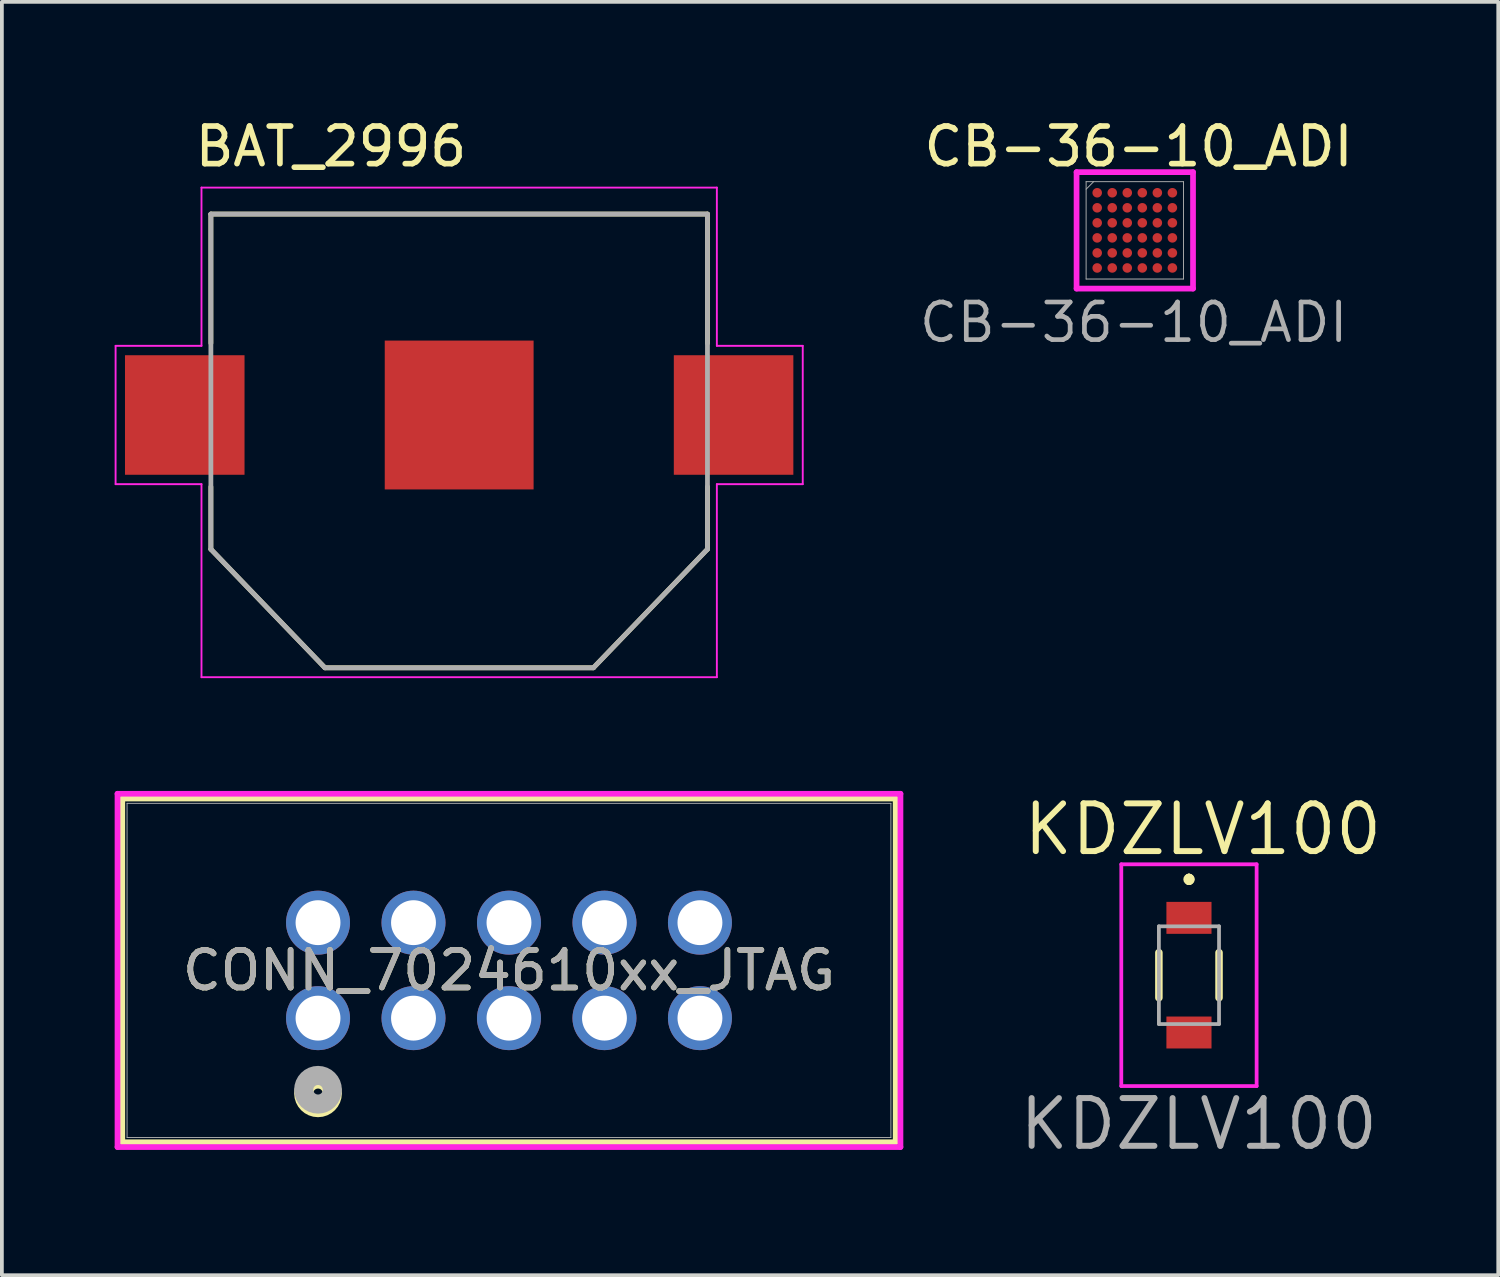
<source format=kicad_pcb>
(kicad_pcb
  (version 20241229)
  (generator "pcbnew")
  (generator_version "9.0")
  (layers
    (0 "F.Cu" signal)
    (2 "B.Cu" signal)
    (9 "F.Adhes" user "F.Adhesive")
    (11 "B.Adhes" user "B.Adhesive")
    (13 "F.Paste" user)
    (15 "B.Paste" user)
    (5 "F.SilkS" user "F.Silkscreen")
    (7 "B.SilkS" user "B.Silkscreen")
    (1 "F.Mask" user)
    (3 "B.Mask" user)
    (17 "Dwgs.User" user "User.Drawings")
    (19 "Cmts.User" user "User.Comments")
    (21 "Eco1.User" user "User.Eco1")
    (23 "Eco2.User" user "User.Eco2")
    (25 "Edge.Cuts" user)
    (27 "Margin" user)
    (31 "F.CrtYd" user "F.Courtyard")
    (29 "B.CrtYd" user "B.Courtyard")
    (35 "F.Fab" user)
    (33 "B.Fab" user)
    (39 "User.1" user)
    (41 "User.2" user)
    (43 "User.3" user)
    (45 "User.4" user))
  (footprint "KDZLV100"
    (layer "F.Cu")
    (at 28.579 22.892)
    (property "Reference" "KDZLV100" (at 0.37 -3.88 0) (layer "F.SilkS") (effects (font (size 1.27 1.27) (thickness 0.159))))
    (attr smd)
    (fp_line (start -0.8 -0.6) (end -0.8 0.6) (stroke (width 0.2) (type solid)) (layer "F.SilkS"))
    (fp_line (start 0 -2.6) (end 0 -2.6) (stroke (width 0.2) (type solid)) (layer "F.SilkS"))
    (fp_line (start 0 -2.5) (end 0 -2.5) (stroke (width 0.2) (type solid)) (layer "F.SilkS"))
    (fp_line (start 0 -2.5) (end 0 -2.5) (stroke (width 0.2) (type solid)) (layer "F.SilkS"))
    (fp_line (start 0.8 -0.6) (end 0.8 0.6) (stroke (width 0.2) (type solid)) (layer "F.SilkS"))
    (fp_arc (start 0 -2.6) (mid 0.05 -2.55) (end 0 -2.5) (stroke (width 0.2) (type solid)) (layer "F.SilkS"))
    (fp_arc (start 0 -2.6) (mid 0.05 -2.55) (end 0 -2.5) (stroke (width 0.2) (type solid)) (layer "F.SilkS"))
    (fp_arc (start 0 -2.5) (mid -0.05 -2.55) (end 0 -2.6) (stroke (width 0.2) (type solid)) (layer "F.SilkS"))
    (fp_line (start -1.8 -2.95) (end 1.8 -2.95) (stroke (width 0.1) (type solid)) (layer "F.CrtYd"))
    (fp_line (start -1.8 2.95) (end -1.8 -2.95) (stroke (width 0.1) (type solid)) (layer "F.CrtYd"))
    (fp_line (start 1.8 -2.95) (end 1.8 2.95) (stroke (width 0.1) (type solid)) (layer "F.CrtYd"))
    (fp_line (start 1.8 2.95) (end -1.8 2.95) (stroke (width 0.1) (type solid)) (layer "F.CrtYd"))
    (fp_line (start -0.8 -1.3) (end 0.8 -1.3) (stroke (width 0.1) (type solid)) (layer "F.Fab"))
    (fp_line (start -0.8 1.3) (end -0.8 -1.3) (stroke (width 0.1) (type solid)) (layer "F.Fab"))
    (fp_line (start 0.8 -1.3) (end 0.8 1.3) (stroke (width 0.1) (type solid)) (layer "F.Fab"))
    (fp_line (start 0.8 1.3) (end -0.8 1.3) (stroke (width 0.1) (type solid)) (layer "F.Fab"))
    (fp_text user "${REFERENCE}" (at 0.26 3.96 0) (layer "F.Fab") (effects (font (size 1.27 1.27) (thickness 0.159))))
    (pad "1" smd rect (at 0 -1.525 90) (size 0.85 1.2) (layers "F.Cu" "F.Mask" "F.Paste"))
    (pad "2" smd rect (at 0 1.525 90) (size 0.85 1.2) (layers "F.Cu" "F.Mask" "F.Paste")))
  (footprint "CONN_7024610xx_JTAG"
    (layer "F.Cu")
    (at 5.41 24.035)
    (property "Reference" "CONN_7024610xx_JTAG" (at 5.08 -1.27 0) (unlocked yes) (layer "F.SilkS") (effects (font (size 1 1) (thickness 0.15))))
    (attr through_hole)
    (fp_line (start -5.207 -5.842) (end -5.207 3.302) (stroke (width 0.152) (type solid)) (layer "F.SilkS"))
    (fp_line (start -5.207 3.302) (end 15.367 3.302) (stroke (width 0.152) (type solid)) (layer "F.SilkS"))
    (fp_line (start 15.367 -5.842) (end -5.207 -5.842) (stroke (width 0.152) (type solid)) (layer "F.SilkS"))
    (fp_line (start 15.367 3.302) (end 15.367 -5.842) (stroke (width 0.152) (type solid)) (layer "F.SilkS"))
    (fp_circle (center 0 2) (end 0.381 2) (stroke (width 0.508) (type solid)) (fill no) (layer "F.SilkS"))
    (fp_line (start -5.334 -5.969) (end -5.334 3.429) (stroke (width 0.152) (type solid)) (layer "F.CrtYd"))
    (fp_line (start -5.334 3.429) (end 15.494 3.429) (stroke (width 0.152) (type solid)) (layer "F.CrtYd"))
    (fp_line (start 15.494 -5.969) (end -5.334 -5.969) (stroke (width 0.152) (type solid)) (layer "F.CrtYd"))
    (fp_line (start 15.494 3.429) (end 15.494 -5.969) (stroke (width 0.152) (type solid)) (layer "F.CrtYd"))
    (fp_line (start -5.08 -5.715) (end -5.08 3.175) (stroke (width 0.025) (type solid)) (layer "F.Fab"))
    (fp_line (start -5.08 3.175) (end 15.24 3.175) (stroke (width 0.025) (type solid)) (layer "F.Fab"))
    (fp_line (start 15.24 -5.715) (end -5.08 -5.715) (stroke (width 0.025) (type solid)) (layer "F.Fab"))
    (fp_line (start 15.24 3.175) (end 15.24 -5.715) (stroke (width 0.025) (type solid)) (layer "F.Fab"))
    (fp_circle (center 0 1.905) (end 0.381 1.905) (stroke (width 0.508) (type solid)) (fill no) (layer "F.Fab"))
    (fp_text user "${REFERENCE}" (at 5.08 -1.27 0) (unlocked yes) (layer "F.Fab") (effects (font (size 1 1) (thickness 0.15))))
    (pad "1" thru_hole circle (at 0 0) (size 1.702 1.702) (drill 1.194) (layers "*.Cu" "*.Mask"))
    (pad "2" thru_hole circle (at 0 -2.54) (size 1.702 1.702) (drill 1.194) (layers "*.Cu" "*.Mask"))
    (pad "3" thru_hole circle (at 2.54 0) (size 1.702 1.702) (drill 1.194) (layers "*.Cu" "*.Mask"))
    (pad "4" thru_hole circle (at 2.54 -2.54) (size 1.702 1.702) (drill 1.194) (layers "*.Cu" "*.Mask"))
    (pad "5" thru_hole circle (at 5.08 0) (size 1.702 1.702) (drill 1.194) (layers "*.Cu" "*.Mask"))
    (pad "6" thru_hole circle (at 5.08 -2.54) (size 1.702 1.702) (drill 1.194) (layers "*.Cu" "*.Mask"))
    (pad "7" thru_hole circle (at 7.62 0) (size 1.702 1.702) (drill 1.194) (layers "*.Cu" "*.Mask"))
    (pad "8" thru_hole circle (at 7.62 -2.54) (size 1.702 1.702) (drill 1.194) (layers "*.Cu" "*.Mask"))
    (pad "9" thru_hole circle (at 10.16 0) (size 1.702 1.702) (drill 1.194) (layers "*.Cu" "*.Mask"))
    (pad "10" thru_hole circle (at 10.16 -2.54) (size 1.702 1.702) (drill 1.194) (layers "*.Cu" "*.Mask")))
  (footprint "CB-36-10_ADI"
    (layer "F.Cu")
    (at 27.138 3.078)
    (property "Reference" "CB-36-10_ADI" (at 0.1 -2.23 0) (unlocked yes) (layer "F.SilkS") (effects (font (size 1 1) (thickness 0.15))))
    (attr smd)
    (fp_line (start -1.549 -1.549) (end 1.549 -1.549) (stroke (width 0.152) (type solid)) (layer "F.CrtYd"))
    (fp_line (start -1.549 1.549) (end -1.549 -1.549) (stroke (width 0.152) (type solid)) (layer "F.CrtYd"))
    (fp_line (start 1.549 -1.549) (end 1.549 1.549) (stroke (width 0.152) (type solid)) (layer "F.CrtYd"))
    (fp_line (start 1.549 1.549) (end -1.549 1.549) (stroke (width 0.152) (type solid)) (layer "F.CrtYd"))
    (fp_line (start -1.295 -1.295) (end -1.295 1.295) (stroke (width 0.025) (type solid)) (layer "F.Fab"))
    (fp_line (start -1.295 1.295) (end 1.295 1.295) (stroke (width 0.025) (type solid)) (layer "F.Fab"))
    (fp_line (start -1.095 -1.295) (end -1.295 -1.095) (stroke (width 0.025) (type solid)) (layer "F.Fab"))
    (fp_line (start 1.295 -1.295) (end -1.295 -1.295) (stroke (width 0.025) (type solid)) (layer "F.Fab"))
    (fp_line (start 1.295 1.295) (end 1.295 -1.295) (stroke (width 0.025) (type solid)) (layer "F.Fab"))
    (fp_text user "${REFERENCE}" (at -0.03 2.45 0) (unlocked yes) (layer "F.Fab") (effects (font (size 1 1) (thickness 0.125))))
    (pad "A1" smd circle (at -1 -1) (size 0.254 0.254) (layers "F.Cu" "F.Mask" "F.Paste"))
    (pad "A2" smd circle (at -0.6 -1) (size 0.254 0.254) (layers "F.Cu" "F.Mask" "F.Paste"))
    (pad "A3" smd circle (at -0.2 -1) (size 0.254 0.254) (layers "F.Cu" "F.Mask" "F.Paste"))
    (pad "A4" smd circle (at 0.2 -1) (size 0.254 0.254) (layers "F.Cu" "F.Mask" "F.Paste"))
    (pad "A5" smd circle (at 0.6 -1) (size 0.254 0.254) (layers "F.Cu" "F.Mask" "F.Paste"))
    (pad "A6" smd circle (at 1 -1) (size 0.254 0.254) (layers "F.Cu" "F.Mask" "F.Paste"))
    (pad "B1" smd circle (at -1 -0.6) (size 0.254 0.254) (layers "F.Cu" "F.Mask" "F.Paste"))
    (pad "B2" smd circle (at -0.6 -0.6) (size 0.254 0.254) (layers "F.Cu" "F.Mask" "F.Paste"))
    (pad "B3" smd circle (at -0.2 -0.6) (size 0.254 0.254) (layers "F.Cu" "F.Mask" "F.Paste"))
    (pad "B4" smd circle (at 0.2 -0.6) (size 0.254 0.254) (layers "F.Cu" "F.Mask" "F.Paste"))
    (pad "B5" smd circle (at 0.6 -0.6) (size 0.254 0.254) (layers "F.Cu" "F.Mask" "F.Paste"))
    (pad "B6" smd circle (at 1 -0.6) (size 0.254 0.254) (layers "F.Cu" "F.Mask" "F.Paste"))
    (pad "C1" smd circle (at -1 -0.2) (size 0.254 0.254) (layers "F.Cu" "F.Mask" "F.Paste"))
    (pad "C2" smd circle (at -0.6 -0.2) (size 0.254 0.254) (layers "F.Cu" "F.Mask" "F.Paste"))
    (pad "C3" smd circle (at -0.2 -0.2) (size 0.254 0.254) (layers "F.Cu" "F.Mask" "F.Paste"))
    (pad "C4" smd circle (at 0.2 -0.2) (size 0.254 0.254) (layers "F.Cu" "F.Mask" "F.Paste"))
    (pad "C5" smd circle (at 0.6 -0.2) (size 0.254 0.254) (layers "F.Cu" "F.Mask" "F.Paste"))
    (pad "C6" smd circle (at 1 -0.2) (size 0.254 0.254) (layers "F.Cu" "F.Mask" "F.Paste"))
    (pad "D1" smd circle (at -1 0.2) (size 0.254 0.254) (layers "F.Cu" "F.Mask" "F.Paste"))
    (pad "D2" smd circle (at -0.6 0.2) (size 0.254 0.254) (layers "F.Cu" "F.Mask" "F.Paste"))
    (pad "D3" smd circle (at -0.2 0.2) (size 0.254 0.254) (layers "F.Cu" "F.Mask" "F.Paste"))
    (pad "D4" smd circle (at 0.2 0.2) (size 0.254 0.254) (layers "F.Cu" "F.Mask" "F.Paste"))
    (pad "D5" smd circle (at 0.6 0.2) (size 0.254 0.254) (layers "F.Cu" "F.Mask" "F.Paste"))
    (pad "D6" smd circle (at 1 0.2) (size 0.254 0.254) (layers "F.Cu" "F.Mask" "F.Paste"))
    (pad "E1" smd circle (at -1 0.6) (size 0.254 0.254) (layers "F.Cu" "F.Mask" "F.Paste"))
    (pad "E2" smd circle (at -0.6 0.6) (size 0.254 0.254) (layers "F.Cu" "F.Mask" "F.Paste"))
    (pad "E3" smd circle (at -0.2 0.6) (size 0.254 0.254) (layers "F.Cu" "F.Mask" "F.Paste"))
    (pad "E4" smd circle (at 0.2 0.6) (size 0.254 0.254) (layers "F.Cu" "F.Mask" "F.Paste"))
    (pad "E5" smd circle (at 0.6 0.6) (size 0.254 0.254) (layers "F.Cu" "F.Mask" "F.Paste"))
    (pad "E6" smd circle (at 1 0.6) (size 0.254 0.254) (layers "F.Cu" "F.Mask" "F.Paste"))
    (pad "F1" smd circle (at -1 1) (size 0.254 0.254) (layers "F.Cu" "F.Mask" "F.Paste"))
    (pad "F2" smd circle (at -0.6 1) (size 0.254 0.254) (layers "F.Cu" "F.Mask" "F.Paste"))
    (pad "F3" smd circle (at -0.2 1) (size 0.254 0.254) (layers "F.Cu" "F.Mask" "F.Paste"))
    (pad "F4" smd circle (at 0.2 1) (size 0.254 0.254) (layers "F.Cu" "F.Mask" "F.Paste"))
    (pad "F5" smd circle (at 0.6 1) (size 0.254 0.254) (layers "F.Cu" "F.Mask" "F.Paste"))
    (pad "F6" smd circle (at 1 1) (size 0.254 0.254) (layers "F.Cu" "F.Mask" "F.Paste")))
  (footprint "BAT_2996"
    (layer "F.Cu")
    (at 9.165 7.99)
    (property "Reference" "BAT_2996" (at -3.411 -7.142 0) (layer "F.SilkS") (effects (font (size 1 1) (thickness 0.15))))
    (attr smd)
    (fp_line (start -6.605 -5.345) (end 6.605 -5.345) (stroke (width 0.127) (type solid)) (layer "F.SilkS"))
    (fp_line (start -6.605 -1.91) (end -6.605 -5.345) (stroke (width 0.127) (type solid)) (layer "F.SilkS"))
    (fp_line (start -6.605 1.91) (end -6.605 3.57) (stroke (width 0.127) (type solid)) (layer "F.SilkS"))
    (fp_line (start -6.605 3.57) (end -3.57 6.725) (stroke (width 0.127) (type solid)) (layer "F.SilkS"))
    (fp_line (start -3.57 6.725) (end 3.57 6.725) (stroke (width 0.127) (type solid)) (layer "F.SilkS"))
    (fp_line (start 3.57 6.725) (end 6.605 3.57) (stroke (width 0.127) (type solid)) (layer "F.SilkS"))
    (fp_line (start 6.605 -5.345) (end 6.605 -1.91) (stroke (width 0.127) (type solid)) (layer "F.SilkS"))
    (fp_line (start 6.605 3.57) (end 6.605 1.91) (stroke (width 0.127) (type solid)) (layer "F.SilkS"))
    (fp_line (start -9.14 -1.84) (end -9.14 1.84) (stroke (width 0.05) (type solid)) (layer "F.CrtYd"))
    (fp_line (start -9.14 1.84) (end -6.855 1.84) (stroke (width 0.05) (type solid)) (layer "F.CrtYd"))
    (fp_line (start -6.855 -6.05) (end -6.855 -1.84) (stroke (width 0.05) (type solid)) (layer "F.CrtYd"))
    (fp_line (start -6.855 -1.84) (end -9.14 -1.84) (stroke (width 0.05) (type solid)) (layer "F.CrtYd"))
    (fp_line (start -6.855 1.84) (end -6.855 6.975) (stroke (width 0.05) (type solid)) (layer "F.CrtYd"))
    (fp_line (start -6.855 6.975) (end 6.855 6.975) (stroke (width 0.05) (type solid)) (layer "F.CrtYd"))
    (fp_line (start 6.855 -6.05) (end -6.855 -6.05) (stroke (width 0.05) (type solid)) (layer "F.CrtYd"))
    (fp_line (start 6.855 -1.84) (end 6.855 -6.05) (stroke (width 0.05) (type solid)) (layer "F.CrtYd"))
    (fp_line (start 6.855 1.84) (end 9.14 1.84) (stroke (width 0.05) (type solid)) (layer "F.CrtYd"))
    (fp_line (start 6.855 6.975) (end 6.855 1.84) (stroke (width 0.05) (type solid)) (layer "F.CrtYd"))
    (fp_line (start 9.14 -1.84) (end 6.855 -1.84) (stroke (width 0.05) (type solid)) (layer "F.CrtYd"))
    (fp_line (start 9.14 1.84) (end 9.14 -1.84) (stroke (width 0.05) (type solid)) (layer "F.CrtYd"))
    (fp_line (start -6.605 -5.345) (end 6.605 -5.345) (stroke (width 0.127) (type solid)) (layer "F.Fab"))
    (fp_line (start -6.605 3.57) (end -6.605 -5.345) (stroke (width 0.127) (type solid)) (layer "F.Fab"))
    (fp_line (start -3.57 6.725) (end -6.605 3.57) (stroke (width 0.127) (type solid)) (layer "F.Fab"))
    (fp_line (start 3.57 6.725) (end -3.57 6.725) (stroke (width 0.127) (type solid)) (layer "F.Fab"))
    (fp_line (start 6.605 -5.345) (end 6.605 3.57) (stroke (width 0.127) (type solid)) (layer "F.Fab"))
    (fp_line (start 6.605 3.57) (end 3.57 6.725) (stroke (width 0.127) (type solid)) (layer "F.Fab"))
    (pad "N" smd rect (at 0 0) (size 3.96 3.96) (layers "F.Cu" "F.Mask"))
    (pad "P1" smd rect (at -7.3 0) (size 3.18 3.18) (layers "F.Cu" "F.Mask" "F.Paste"))
    (pad "P2" smd rect (at 7.3 0) (size 3.18 3.18) (layers "F.Cu" "F.Mask" "F.Paste")))
  (gr_rect
    (start -3 -3)
    (end 36.807 30.873)
    (stroke (width 0.1) (type default))
    (fill no)
    (layer "Edge.Cuts")))
</source>
